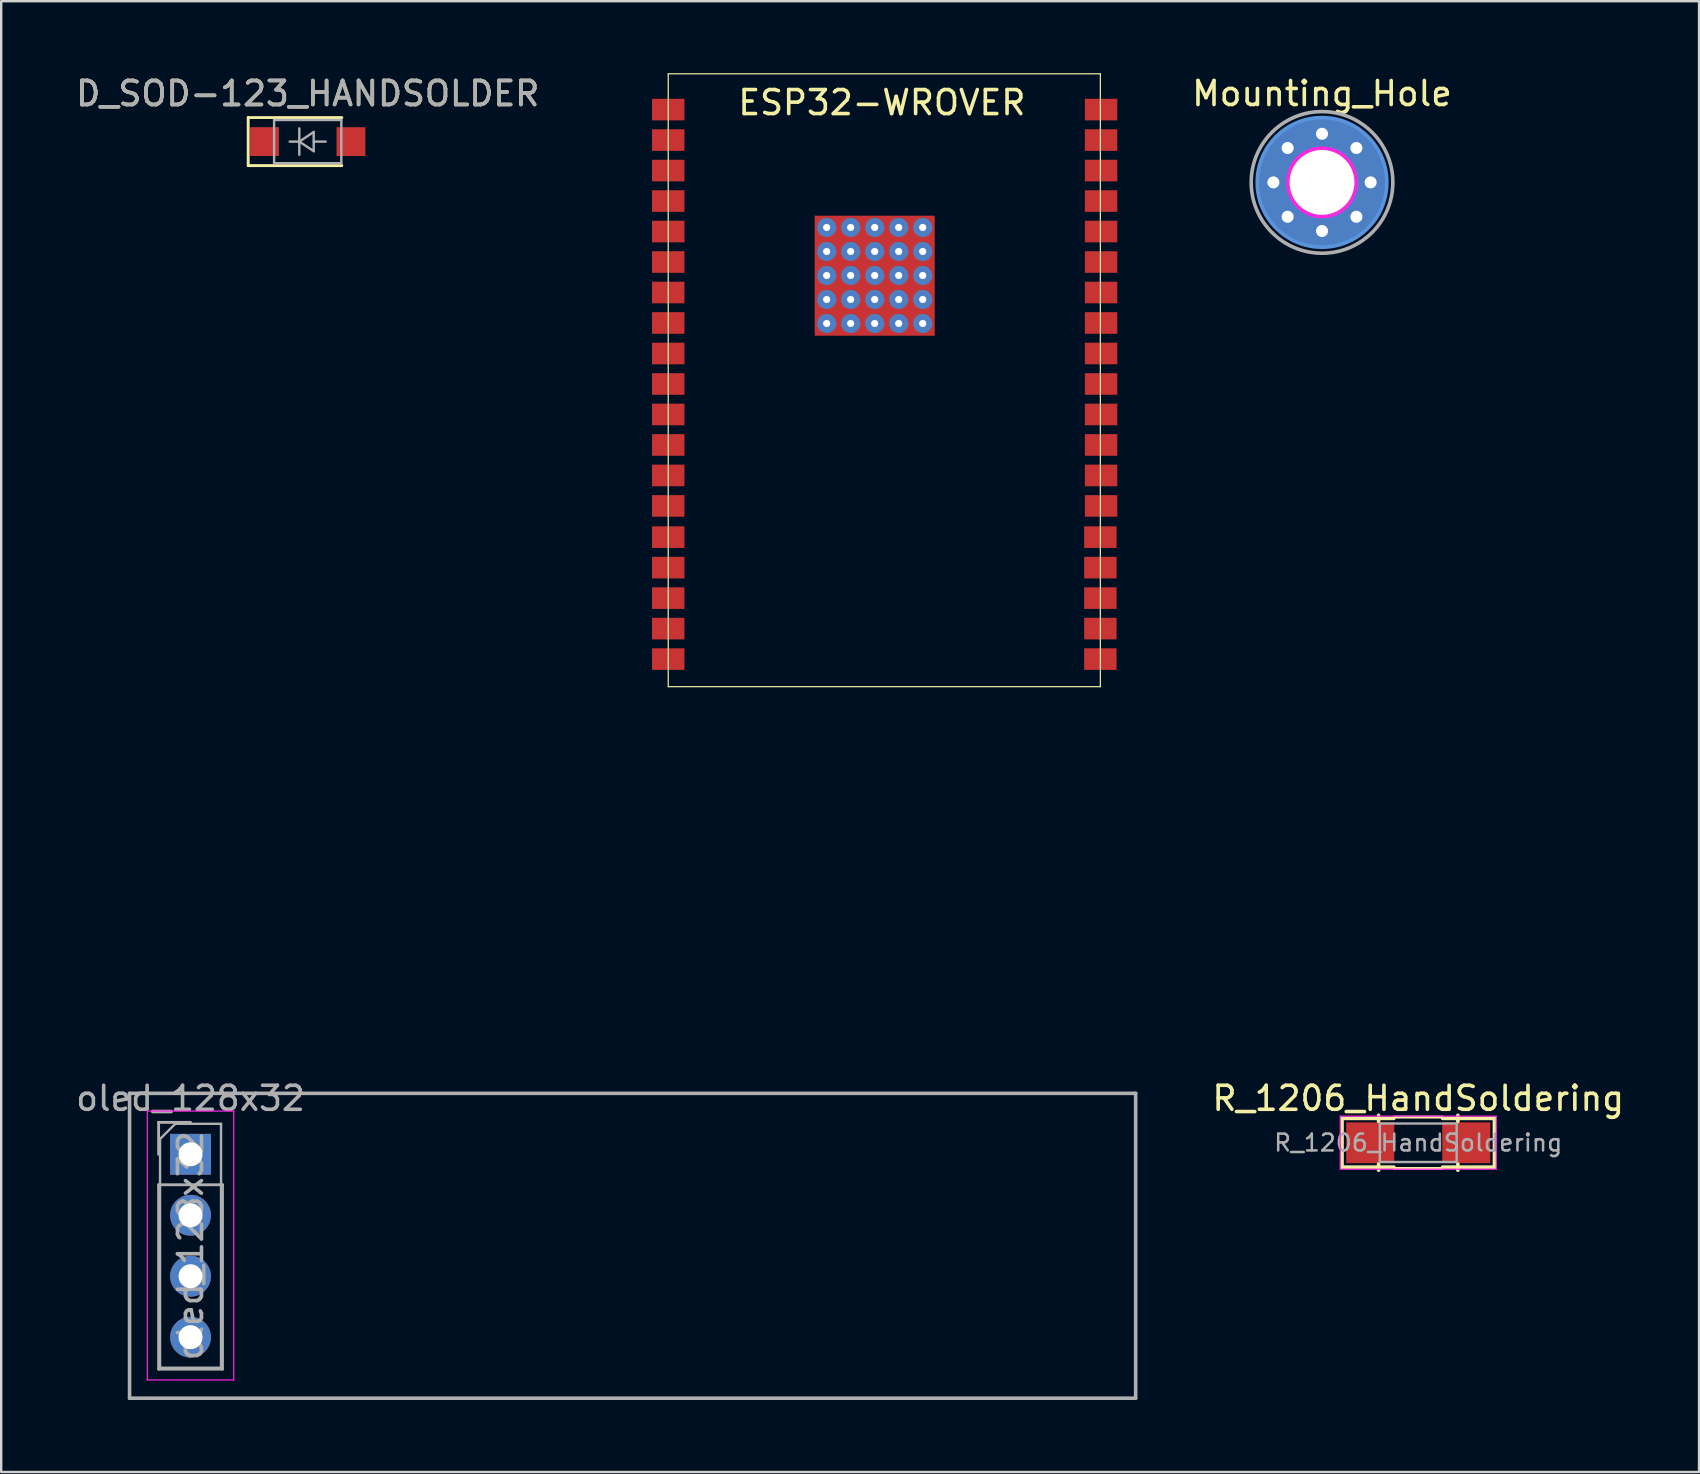
<source format=kicad_pcb>
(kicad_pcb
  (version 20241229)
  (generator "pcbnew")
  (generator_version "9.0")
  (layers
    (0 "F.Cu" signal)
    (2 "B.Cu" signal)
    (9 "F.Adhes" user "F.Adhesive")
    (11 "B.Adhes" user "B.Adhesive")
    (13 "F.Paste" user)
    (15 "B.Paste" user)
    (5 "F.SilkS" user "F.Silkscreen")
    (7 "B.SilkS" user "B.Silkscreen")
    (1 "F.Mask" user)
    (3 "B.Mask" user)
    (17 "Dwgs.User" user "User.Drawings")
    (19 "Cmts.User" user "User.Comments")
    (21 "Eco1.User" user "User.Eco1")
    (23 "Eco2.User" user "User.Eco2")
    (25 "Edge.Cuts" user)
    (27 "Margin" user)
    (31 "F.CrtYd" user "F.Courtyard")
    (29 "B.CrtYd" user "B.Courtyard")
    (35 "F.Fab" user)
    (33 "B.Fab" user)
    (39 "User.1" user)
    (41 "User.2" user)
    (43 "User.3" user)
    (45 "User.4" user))
  (footprint "oled_128x32"
    (layer "F.Cu")
    (at 4.887 45.033)
    (property "Reference" "oled_128x32" (at 0 -2.33 0) (layer "F.Fab") (effects (font (size 1 1) (thickness 0.15))))
    (attr through_hole)
    (fp_line (start -1.8 -1.8) (end -1.8 9.4) (stroke (width 0.05) (type solid)) (layer "F.CrtYd"))
    (fp_line (start -1.8 9.4) (end 1.8 9.4) (stroke (width 0.05) (type solid)) (layer "F.CrtYd"))
    (fp_line (start 1.8 -1.8) (end -1.8 -1.8) (stroke (width 0.05) (type solid)) (layer "F.CrtYd"))
    (fp_line (start 1.8 9.4) (end 1.8 -1.8) (stroke (width 0.05) (type solid)) (layer "F.CrtYd"))
    (fp_line (start -2.54 -2.54) (end -2.54 10.16) (stroke (width 0.15) (type solid)) (layer "F.Fab"))
    (fp_line (start -2.54 10.16) (end 39.37 10.16) (stroke (width 0.15) (type solid)) (layer "F.Fab"))
    (fp_line (start -1.33 -1.33) (end 0 -1.33) (stroke (width 0.12) (type solid)) (layer "F.Fab"))
    (fp_line (start -1.33 0) (end -1.33 -1.33) (stroke (width 0.12) (type solid)) (layer "F.Fab"))
    (fp_line (start -1.33 1.27) (end -1.33 8.95) (stroke (width 0.12) (type solid)) (layer "F.Fab"))
    (fp_line (start -1.33 1.27) (end 1.33 1.27) (stroke (width 0.12) (type solid)) (layer "F.Fab"))
    (fp_line (start -1.33 8.95) (end 1.33 8.95) (stroke (width 0.12) (type solid)) (layer "F.Fab"))
    (fp_line (start -1.27 -0.635) (end -0.635 -1.27) (stroke (width 0.1) (type solid)) (layer "F.Fab"))
    (fp_line (start -1.27 8.89) (end -1.27 -0.635) (stroke (width 0.1) (type solid)) (layer "F.Fab"))
    (fp_line (start -0.635 -1.27) (end 1.27 -1.27) (stroke (width 0.1) (type solid)) (layer "F.Fab"))
    (fp_line (start 1.27 -1.27) (end 1.27 8.89) (stroke (width 0.1) (type solid)) (layer "F.Fab"))
    (fp_line (start 1.27 8.89) (end -1.27 8.89) (stroke (width 0.1) (type solid)) (layer "F.Fab"))
    (fp_line (start 1.33 1.27) (end 1.33 8.95) (stroke (width 0.12) (type solid)) (layer "F.Fab"))
    (fp_line (start 39.37 -2.54) (end -2.54 -2.54) (stroke (width 0.15) (type solid)) (layer "F.Fab"))
    (fp_line (start 39.37 10.16) (end 39.37 -2.54) (stroke (width 0.15) (type solid)) (layer "F.Fab"))
    (fp_text user "${REFERENCE}" (at 0 3.81 90) (layer "F.Fab") (effects (font (size 1 1) (thickness 0.15))))
    (pad "1" thru_hole rect (at 0 0) (size 1.7 1.7) (drill 1) (layers "*.Cu" "*.Mask"))
    (pad "2" thru_hole oval (at 0 2.54) (size 1.7 1.7) (drill 1) (layers "*.Cu" "*.Mask"))
    (pad "3" thru_hole oval (at 0 5.08) (size 1.7 1.7) (drill 1) (layers "*.Cu" "*.Mask"))
    (pad "4" thru_hole oval (at 0 7.62) (size 1.7 1.7) (drill 1) (layers "*.Cu" "*.Mask")))
  (footprint "R_1206_HandSoldering"
    (layer "F.Cu")
    (at 56.028 44.553)
    (property "Reference" "R_1206_HandSoldering" (at 0 -1.85 0) (layer "F.SilkS") (effects (font (size 1 1) (thickness 0.15))))
    (attr smd)
    (fp_line (start -3.175 -1.016) (end -3.175 1.016) (stroke (width 0.15) (type solid)) (layer "F.SilkS"))
    (fp_line (start -3.175 1.016) (end -1.016 1.016) (stroke (width 0.15) (type solid)) (layer "F.SilkS"))
    (fp_line (start -1.651 -0.889) (end -1.651 -1.143) (stroke (width 0.15) (type solid)) (layer "F.SilkS"))
    (fp_line (start -1.651 0.889) (end -1.651 1.143) (stroke (width 0.15) (type solid)) (layer "F.SilkS"))
    (fp_line (start -1.016 -1.016) (end -3.175 -1.016) (stroke (width 0.15) (type solid)) (layer "F.SilkS"))
    (fp_line (start -1 -1.07) (end 1 -1.07) (stroke (width 0.12) (type solid)) (layer "F.SilkS"))
    (fp_line (start 1 1.07) (end -1 1.07) (stroke (width 0.12) (type solid)) (layer "F.SilkS"))
    (fp_line (start 1.016 1.016) (end 3.175 1.016) (stroke (width 0.15) (type solid)) (layer "F.SilkS"))
    (fp_line (start 1.651 -0.889) (end 1.651 -1.143) (stroke (width 0.15) (type solid)) (layer "F.SilkS"))
    (fp_line (start 1.651 0.889) (end 1.651 1.143) (stroke (width 0.15) (type solid)) (layer "F.SilkS"))
    (fp_line (start 3.175 -1.016) (end 1.016 -1.016) (stroke (width 0.15) (type solid)) (layer "F.SilkS"))
    (fp_line (start 3.175 1.016) (end 3.175 -1.016) (stroke (width 0.15) (type solid)) (layer "F.SilkS"))
    (fp_line (start -3.25 -1.11) (end -3.25 1.1) (stroke (width 0.05) (type solid)) (layer "F.CrtYd"))
    (fp_line (start -3.25 -1.11) (end 3.25 -1.11) (stroke (width 0.05) (type solid)) (layer "F.CrtYd"))
    (fp_line (start 3.25 1.1) (end -3.25 1.1) (stroke (width 0.05) (type solid)) (layer "F.CrtYd"))
    (fp_line (start 3.25 1.1) (end 3.25 -1.11) (stroke (width 0.05) (type solid)) (layer "F.CrtYd"))
    (fp_line (start -1.6 -0.8) (end 1.6 -0.8) (stroke (width 0.1) (type solid)) (layer "F.Fab"))
    (fp_line (start -1.6 0.8) (end -1.6 -0.8) (stroke (width 0.1) (type solid)) (layer "F.Fab"))
    (fp_line (start 1.6 -0.8) (end 1.6 0.8) (stroke (width 0.1) (type solid)) (layer "F.Fab"))
    (fp_line (start 1.6 0.8) (end -1.6 0.8) (stroke (width 0.1) (type solid)) (layer "F.Fab"))
    (fp_text user "${REFERENCE}" (at 0 0 0) (layer "F.Fab") (effects (font (size 0.7 0.7) (thickness 0.105))))
    (pad "1" smd rect (at -2 0) (size 2 1.7) (layers "F.Cu" "F.Mask" "F.Paste"))
    (pad "2" smd rect (at 2 0) (size 2 1.7) (layers "F.Cu" "F.Mask" "F.Paste")))
  (footprint "D_SOD-123_HANDSOLDER"
    (layer "F.Cu")
    (at 9.768 2.848)
    (property "Reference" "D_SOD-123_HANDSOLDER" (at 0 -2 0) (layer "F.SilkS") (effects (font (size 1 1) (thickness 0.15))))
    (attr smd)
    (fp_line (start -2.479 -1) (end -2.479 1) (stroke (width 0.12) (type solid)) (layer "F.SilkS"))
    (fp_line (start -2.479 -1) (end 1.421 -1) (stroke (width 0.12) (type solid)) (layer "F.SilkS"))
    (fp_line (start -2.479 1) (end 1.421 1) (stroke (width 0.12) (type solid)) (layer "F.SilkS"))
    (fp_line (start -1.4 -0.9) (end 1.4 -0.9) (stroke (width 0.1) (type solid)) (layer "F.Fab"))
    (fp_line (start -1.4 0.9) (end -1.4 -0.9) (stroke (width 0.1) (type solid)) (layer "F.Fab"))
    (fp_line (start -0.75 0) (end -0.35 0) (stroke (width 0.1) (type solid)) (layer "F.Fab"))
    (fp_line (start -0.35 0) (end -0.35 -0.55) (stroke (width 0.1) (type solid)) (layer "F.Fab"))
    (fp_line (start -0.35 0) (end -0.35 0.55) (stroke (width 0.1) (type solid)) (layer "F.Fab"))
    (fp_line (start -0.35 0) (end 0.25 -0.4) (stroke (width 0.1) (type solid)) (layer "F.Fab"))
    (fp_line (start 0.25 -0.4) (end 0.25 0.4) (stroke (width 0.1) (type solid)) (layer "F.Fab"))
    (fp_line (start 0.25 0) (end 0.75 0) (stroke (width 0.1) (type solid)) (layer "F.Fab"))
    (fp_line (start 0.25 0.4) (end -0.35 0) (stroke (width 0.1) (type solid)) (layer "F.Fab"))
    (fp_line (start 1.4 -0.9) (end 1.4 0.9) (stroke (width 0.1) (type solid)) (layer "F.Fab"))
    (fp_line (start 1.4 0.9) (end -1.4 0.9) (stroke (width 0.1) (type solid)) (layer "F.Fab"))
    (fp_text user "${REFERENCE}" (at 0 -2 0) (layer "F.Fab") (effects (font (size 1 1) (thickness 0.15))))
    (pad "1" smd rect (at -1.8 0) (size 1.2 1.2) (layers "F.Cu" "F.Mask" "F.Paste"))
    (pad "2" smd rect (at 1.8 0) (size 1.2 1.2) (layers "F.Cu" "F.Mask" "F.Paste")))
  (footprint "Mounting_Hole"
    (layer "F.Cu")
    (at 52.02 4.548)
    (property "Reference" "Mounting_Hole" (at 0 -3.7 0) (layer "F.SilkS") (effects (font (size 1 1) (thickness 0.15))))
    (attr through_hole)
    (fp_circle (center 0 0) (end 2.7 0) (stroke (width 0.15) (type solid)) (fill no) (layer "Cmts.User"))
    (fp_circle (center 0 0) (end 0.635 1.27) (stroke (width 0.15) (type solid)) (fill no) (layer "F.CrtYd"))
    (fp_circle (center 0 0) (end 2.95 0) (stroke (width 0.15) (type solid)) (fill no) (layer "F.Fab"))
    (pad "" thru_hole circle (at -2.025 0) (size 0.6 0.6) (drill 0.5) (layers "*.Cu" "*.Mask"))
    (pad "" thru_hole circle (at -1.432 -1.432) (size 0.6 0.6) (drill 0.5) (layers "*.Cu" "*.Mask"))
    (pad "" thru_hole circle (at -1.432 1.432) (size 0.6 0.6) (drill 0.5) (layers "*.Cu" "*.Mask"))
    (pad "" thru_hole circle (at 0 -2.025) (size 0.6 0.6) (drill 0.5) (layers "*.Cu" "*.Mask"))
    (pad "" thru_hole circle (at 0 2.025) (size 0.6 0.6) (drill 0.5) (layers "*.Cu" "*.Mask"))
    (pad "" thru_hole circle (at 1.432 -1.432) (size 0.6 0.6) (drill 0.5) (layers "*.Cu" "*.Mask"))
    (pad "" thru_hole circle (at 1.432 1.432) (size 0.6 0.6) (drill 0.5) (layers "*.Cu" "*.Mask"))
    (pad "" thru_hole circle (at 2.025 0) (size 0.6 0.6) (drill 0.5) (layers "*.Cu" "*.Mask"))
    (pad "1" thru_hole circle (at 0 0) (size 5.4 5.4) (drill 2.7) (layers "*.Cu" "*.Mask")))
  (footprint "ESP32-WROVER"
    (layer "F.Cu")
    (at 22.786 38.605)
    (property "Reference" "ESP32-WROVER" (at 10.9 -37.38 0) (layer "F.SilkS") (effects (font (size 1 1) (thickness 0.15))))
    (attr smd)
    (fp_line (start 2 -38.58) (end 20 -38.58) (stroke (width 0.05) (type solid)) (layer "F.SilkS"))
    (fp_line (start 2 -13.05) (end 2 -38.58) (stroke (width 0.05) (type solid)) (layer "F.SilkS"))
    (fp_line (start 20 -38.58) (end 20 -13.05) (stroke (width 0.05) (type solid)) (layer "F.SilkS"))
    (fp_line (start 20 -13.05) (end 2 -13.05) (stroke (width 0.05) (type solid)) (layer "F.SilkS"))
    (pad "1" smd rect (at 2 -37.09) (size 1.35 0.9) (layers "F.Cu" "F.Mask" "F.Paste"))
    (pad "2" smd rect (at 2 -35.82) (size 1.35 0.9) (layers "F.Cu" "F.Mask" "F.Paste"))
    (pad "3" smd rect (at 2 -34.55) (size 1.35 0.9) (layers "F.Cu" "F.Mask" "F.Paste"))
    (pad "4" smd rect (at 2 -33.28) (size 1.35 0.9) (layers "F.Cu" "F.Mask" "F.Paste"))
    (pad "5" smd rect (at 2 -32.01) (size 1.35 0.9) (layers "F.Cu" "F.Mask" "F.Paste"))
    (pad "6" smd rect (at 2 -30.74) (size 1.35 0.9) (layers "F.Cu" "F.Mask" "F.Paste"))
    (pad "7" smd rect (at 2 -29.47) (size 1.35 0.9) (layers "F.Cu" "F.Mask" "F.Paste"))
    (pad "8" smd rect (at 2 -28.2) (size 1.35 0.9) (layers "F.Cu" "F.Mask" "F.Paste"))
    (pad "9" smd rect (at 2 -26.93) (size 1.35 0.9) (layers "F.Cu" "F.Mask" "F.Paste"))
    (pad "10" smd rect (at 2 -25.66) (size 1.35 0.9) (layers "F.Cu" "F.Mask" "F.Paste"))
    (pad "11" smd rect (at 2 -24.39) (size 1.35 0.9) (layers "F.Cu" "F.Mask" "F.Paste"))
    (pad "12" smd rect (at 2 -23.12) (size 1.35 0.9) (layers "F.Cu" "F.Mask" "F.Paste"))
    (pad "13" smd rect (at 2 -21.85) (size 1.35 0.9) (layers "F.Cu" "F.Mask" "F.Paste"))
    (pad "14" smd rect (at 2 -20.58) (size 1.35 0.9) (layers "F.Cu" "F.Mask" "F.Paste"))
    (pad "15" smd rect (at 2 -19.28 90) (size 0.9 1.35) (layers "F.Cu" "F.Mask" "F.Paste"))
    (pad "16" smd rect (at 2 -18.01 90) (size 0.9 1.35) (layers "F.Cu" "F.Mask" "F.Paste"))
    (pad "17" smd rect (at 2 -16.74 90) (size 0.9 1.35) (layers "F.Cu" "F.Mask" "F.Paste"))
    (pad "18" smd rect (at 2 -15.47 90) (size 0.9 1.35) (layers "F.Cu" "F.Mask" "F.Paste"))
    (pad "19" smd rect (at 2 -14.2 90) (size 0.9 1.35) (layers "F.Cu" "F.Mask" "F.Paste"))
    (pad "20" smd rect (at 20 -14.2 90) (size 0.9 1.35) (layers "F.Cu" "F.Mask" "F.Paste"))
    (pad "21" smd rect (at 20 -15.47 90) (size 0.9 1.35) (layers "F.Cu" "F.Mask" "F.Paste"))
    (pad "22" smd rect (at 20 -16.74 90) (size 0.9 1.35) (layers "F.Cu" "F.Mask" "F.Paste"))
    (pad "23" smd rect (at 20 -18.01 90) (size 0.9 1.35) (layers "F.Cu" "F.Mask" "F.Paste"))
    (pad "24" smd rect (at 20 -19.28 90) (size 0.9 1.35) (layers "F.Cu" "F.Mask" "F.Paste"))
    (pad "25" smd rect (at 20.03 -20.58) (size 1.35 0.9) (layers "F.Cu" "F.Mask" "F.Paste"))
    (pad "26" smd rect (at 20.03 -21.85) (size 1.35 0.9) (layers "F.Cu" "F.Mask" "F.Paste"))
    (pad "27" smd rect (at 20.03 -23.12) (size 1.35 0.9) (layers "F.Cu" "F.Mask" "F.Paste"))
    (pad "28" smd rect (at 20.03 -24.39) (size 1.35 0.9) (layers "F.Cu" "F.Mask" "F.Paste"))
    (pad "29" smd rect (at 20.03 -25.66) (size 1.35 0.9) (layers "F.Cu" "F.Mask" "F.Paste"))
    (pad "30" smd rect (at 20.03 -26.93) (size 1.35 0.9) (layers "F.Cu" "F.Mask" "F.Paste"))
    (pad "31" smd rect (at 20.03 -28.2) (size 1.35 0.9) (layers "F.Cu" "F.Mask" "F.Paste"))
    (pad "32" smd rect (at 20.03 -29.47) (size 1.35 0.9) (layers "F.Cu" "F.Mask" "F.Paste"))
    (pad "33" smd rect (at 20.03 -30.74) (size 1.35 0.9) (layers "F.Cu" "F.Mask" "F.Paste"))
    (pad "34" smd rect (at 20.03 -32.01) (size 1.35 0.9) (layers "F.Cu" "F.Mask" "F.Paste"))
    (pad "35" smd rect (at 20.03 -33.28) (size 1.35 0.9) (layers "F.Cu" "F.Mask" "F.Paste"))
    (pad "36" smd rect (at 20.03 -34.55) (size 1.35 0.9) (layers "F.Cu" "F.Mask" "F.Paste"))
    (pad "37" smd rect (at 20.03 -35.82) (size 1.35 0.9) (layers "F.Cu" "F.Mask" "F.Paste"))
    (pad "38" smd rect (at 20.03 -37.09) (size 1.35 0.9) (layers "F.Cu" "F.Mask" "F.Paste"))
    (pad "39" thru_hole circle (at 8.6 -32.18) (size 0.8 0.8) (drill 0.3) (layers "*.Cu" "*.Mask"))
    (pad "39" thru_hole circle (at 8.6 -31.18) (size 0.8 0.8) (drill 0.3) (layers "*.Cu" "*.Mask"))
    (pad "39" thru_hole circle (at 8.6 -30.18) (size 0.8 0.8) (drill 0.3) (layers "*.Cu" "*.Mask"))
    (pad "39" thru_hole circle (at 8.6 -29.18) (size 0.8 0.8) (drill 0.3) (layers "*.Cu" "*.Mask"))
    (pad "39" thru_hole circle (at 8.6 -28.18) (size 0.8 0.8) (drill 0.3) (layers "*.Cu" "*.Mask"))
    (pad "39" thru_hole circle (at 9.6 -32.18) (size 0.8 0.8) (drill 0.3) (layers "*.Cu" "*.Mask"))
    (pad "39" thru_hole circle (at 9.6 -31.18) (size 0.8 0.8) (drill 0.3) (layers "*.Cu" "*.Mask"))
    (pad "39" thru_hole circle (at 9.6 -30.18) (size 0.8 0.8) (drill 0.3) (layers "*.Cu" "*.Mask"))
    (pad "39" thru_hole circle (at 9.6 -29.18) (size 0.8 0.8) (drill 0.3) (layers "*.Cu" "*.Mask"))
    (pad "39" thru_hole circle (at 9.6 -28.18) (size 0.8 0.8) (drill 0.3) (layers "*.Cu" "*.Mask"))
    (pad "39" thru_hole circle (at 10.6 -32.18) (size 0.8 0.8) (drill 0.3) (layers "*.Cu" "*.Mask"))
    (pad "39" thru_hole circle (at 10.6 -31.18) (size 0.8 0.8) (drill 0.3) (layers "*.Cu" "*.Mask"))
    (pad "39" thru_hole circle (at 10.6 -30.18) (size 0.8 0.8) (drill 0.3) (layers "*.Cu" "*.Mask"))
    (pad "39" smd rect (at 10.6 -30.17) (size 5 5) (layers "F.Cu" "F.Mask" "F.Paste"))
    (pad "39" thru_hole circle (at 10.6 -29.18) (size 0.8 0.8) (drill 0.3) (layers "*.Cu" "*.Mask"))
    (pad "39" thru_hole circle (at 10.6 -28.18) (size 0.8 0.8) (drill 0.3) (layers "*.Cu" "*.Mask"))
    (pad "39" thru_hole circle (at 11.6 -32.18) (size 0.8 0.8) (drill 0.3) (layers "*.Cu" "*.Mask"))
    (pad "39" thru_hole circle (at 11.6 -31.18) (size 0.8 0.8) (drill 0.3) (layers "*.Cu" "*.Mask"))
    (pad "39" thru_hole circle (at 11.6 -30.18) (size 0.8 0.8) (drill 0.3) (layers "*.Cu" "*.Mask"))
    (pad "39" thru_hole circle (at 11.6 -29.18) (size 0.8 0.8) (drill 0.3) (layers "*.Cu" "*.Mask"))
    (pad "39" thru_hole circle (at 11.6 -28.18) (size 0.8 0.8) (drill 0.3) (layers "*.Cu" "*.Mask"))
    (pad "39" thru_hole circle (at 12.6 -32.18) (size 0.8 0.8) (drill 0.3) (layers "*.Cu" "*.Mask"))
    (pad "39" thru_hole circle (at 12.6 -31.18) (size 0.8 0.8) (drill 0.3) (layers "*.Cu" "*.Mask"))
    (pad "39" thru_hole circle (at 12.6 -30.18) (size 0.8 0.8) (drill 0.3) (layers "*.Cu" "*.Mask"))
    (pad "39" thru_hole circle (at 12.6 -29.18) (size 0.8 0.8) (drill 0.3) (layers "*.Cu" "*.Mask"))
    (pad "39" thru_hole circle (at 12.6 -28.18) (size 0.8 0.8) (drill 0.3) (layers "*.Cu" "*.Mask")))
  (gr_rect
    (start -3 -3)
    (end 67.725 58.268)
    (stroke (width 0.1) (type default))
    (fill no)
    (layer "Edge.Cuts")))
</source>
